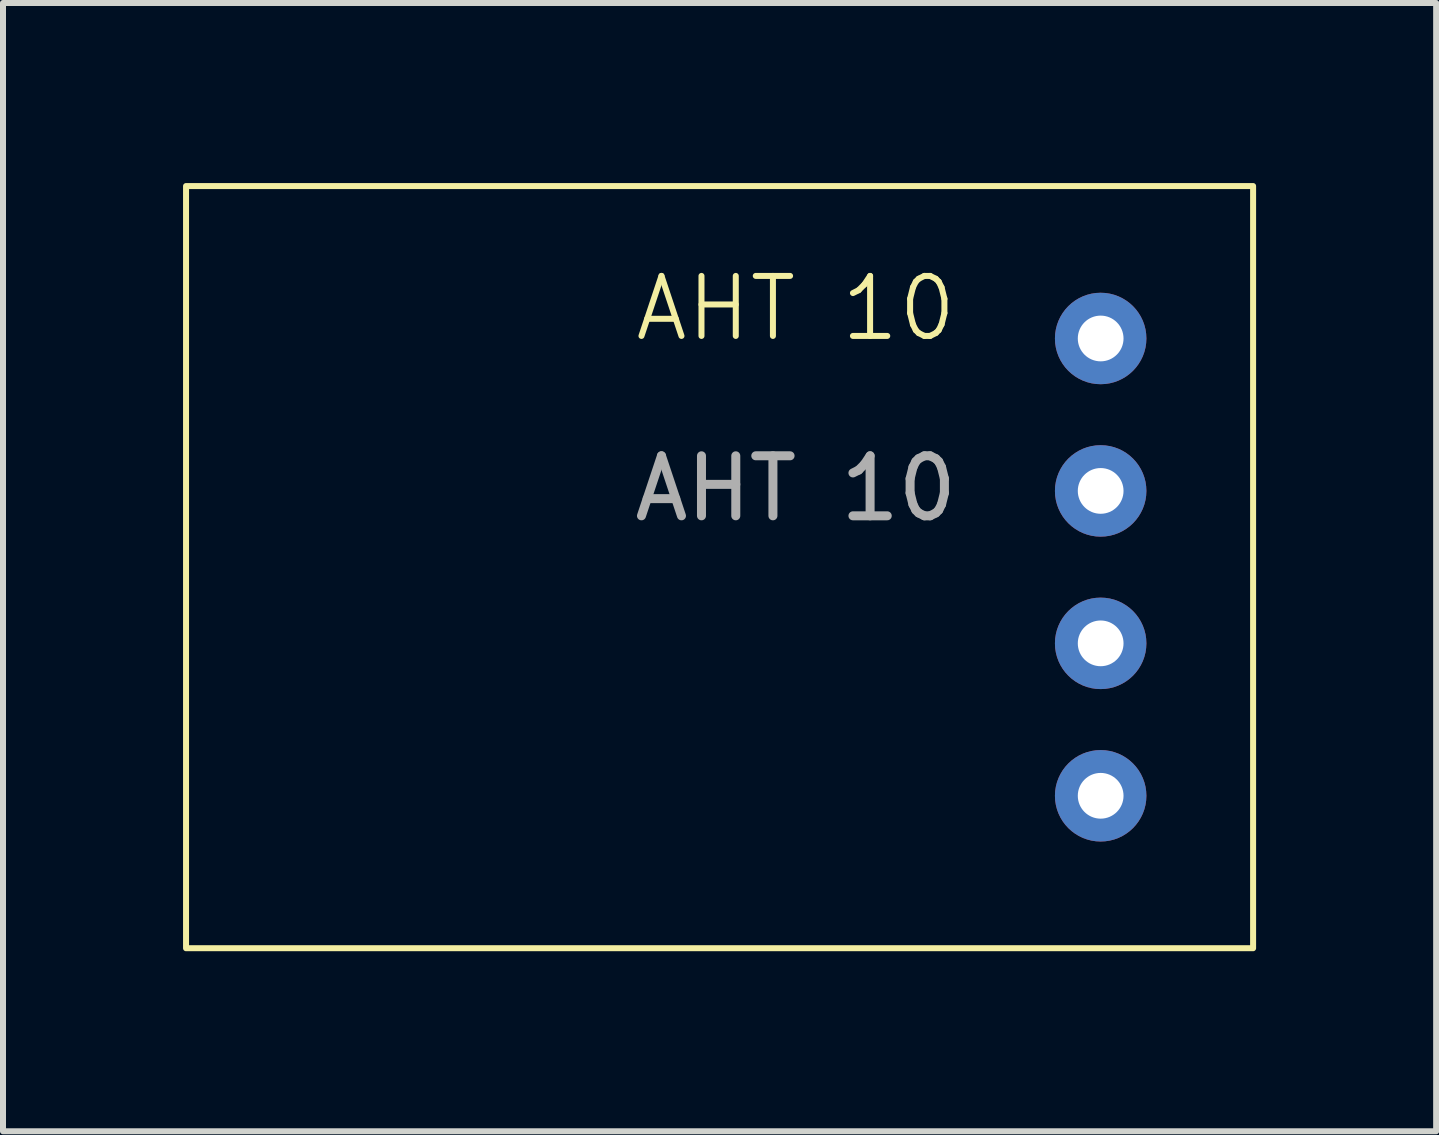
<source format=kicad_pcb>
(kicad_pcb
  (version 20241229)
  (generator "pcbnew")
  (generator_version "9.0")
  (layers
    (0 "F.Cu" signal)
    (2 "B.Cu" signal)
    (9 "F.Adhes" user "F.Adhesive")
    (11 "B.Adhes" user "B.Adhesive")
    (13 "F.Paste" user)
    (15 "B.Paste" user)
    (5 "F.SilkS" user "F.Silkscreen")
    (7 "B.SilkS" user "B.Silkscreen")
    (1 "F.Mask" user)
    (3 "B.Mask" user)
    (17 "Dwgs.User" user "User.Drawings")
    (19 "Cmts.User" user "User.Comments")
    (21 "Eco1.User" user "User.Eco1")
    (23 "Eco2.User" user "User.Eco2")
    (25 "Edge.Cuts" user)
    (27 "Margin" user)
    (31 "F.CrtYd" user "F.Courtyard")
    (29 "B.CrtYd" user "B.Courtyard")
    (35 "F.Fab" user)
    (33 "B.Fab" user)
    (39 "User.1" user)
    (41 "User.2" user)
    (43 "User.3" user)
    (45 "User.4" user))
  (footprint "AHT 10"
    (layer "F.Cu")
    (at 10.21 2.59)
    (property "Reference" "AHT 10" (at 0 -0.5 0) (unlocked yes) (layer "F.SilkS") (effects (font (size 1 1) (thickness 0.1))))
    (attr through_hole)
    (fp_rect (start -10.16 -2.54) (end 7.62 10.16) (stroke (width 0.1) (type default)) (fill no) (layer "F.SilkS"))
    (fp_text user "${REFERENCE}" (at 0 2.5 0) (unlocked yes) (layer "F.Fab") (effects (font (size 1 1) (thickness 0.15))))
    (pad "1" thru_hole circle (at 5.08 0) (size 1.524 1.524) (drill 0.762) (layers "*.Cu" "*.Mask"))
    (pad "2" thru_hole circle (at 5.08 2.54) (size 1.524 1.524) (drill 0.762) (layers "*.Cu" "*.Mask"))
    (pad "3" thru_hole circle (at 5.08 5.08) (size 1.524 1.524) (drill 0.762) (layers "*.Cu" "*.Mask"))
    (pad "4" thru_hole circle (at 5.08 7.62) (size 1.524 1.524) (drill 0.762) (layers "*.Cu" "*.Mask")))
  (gr_rect
    (start -3 -3)
    (end 20.88 15.8)
    (stroke (width 0.1) (type default))
    (fill no)
    (layer "Edge.Cuts")))
</source>
